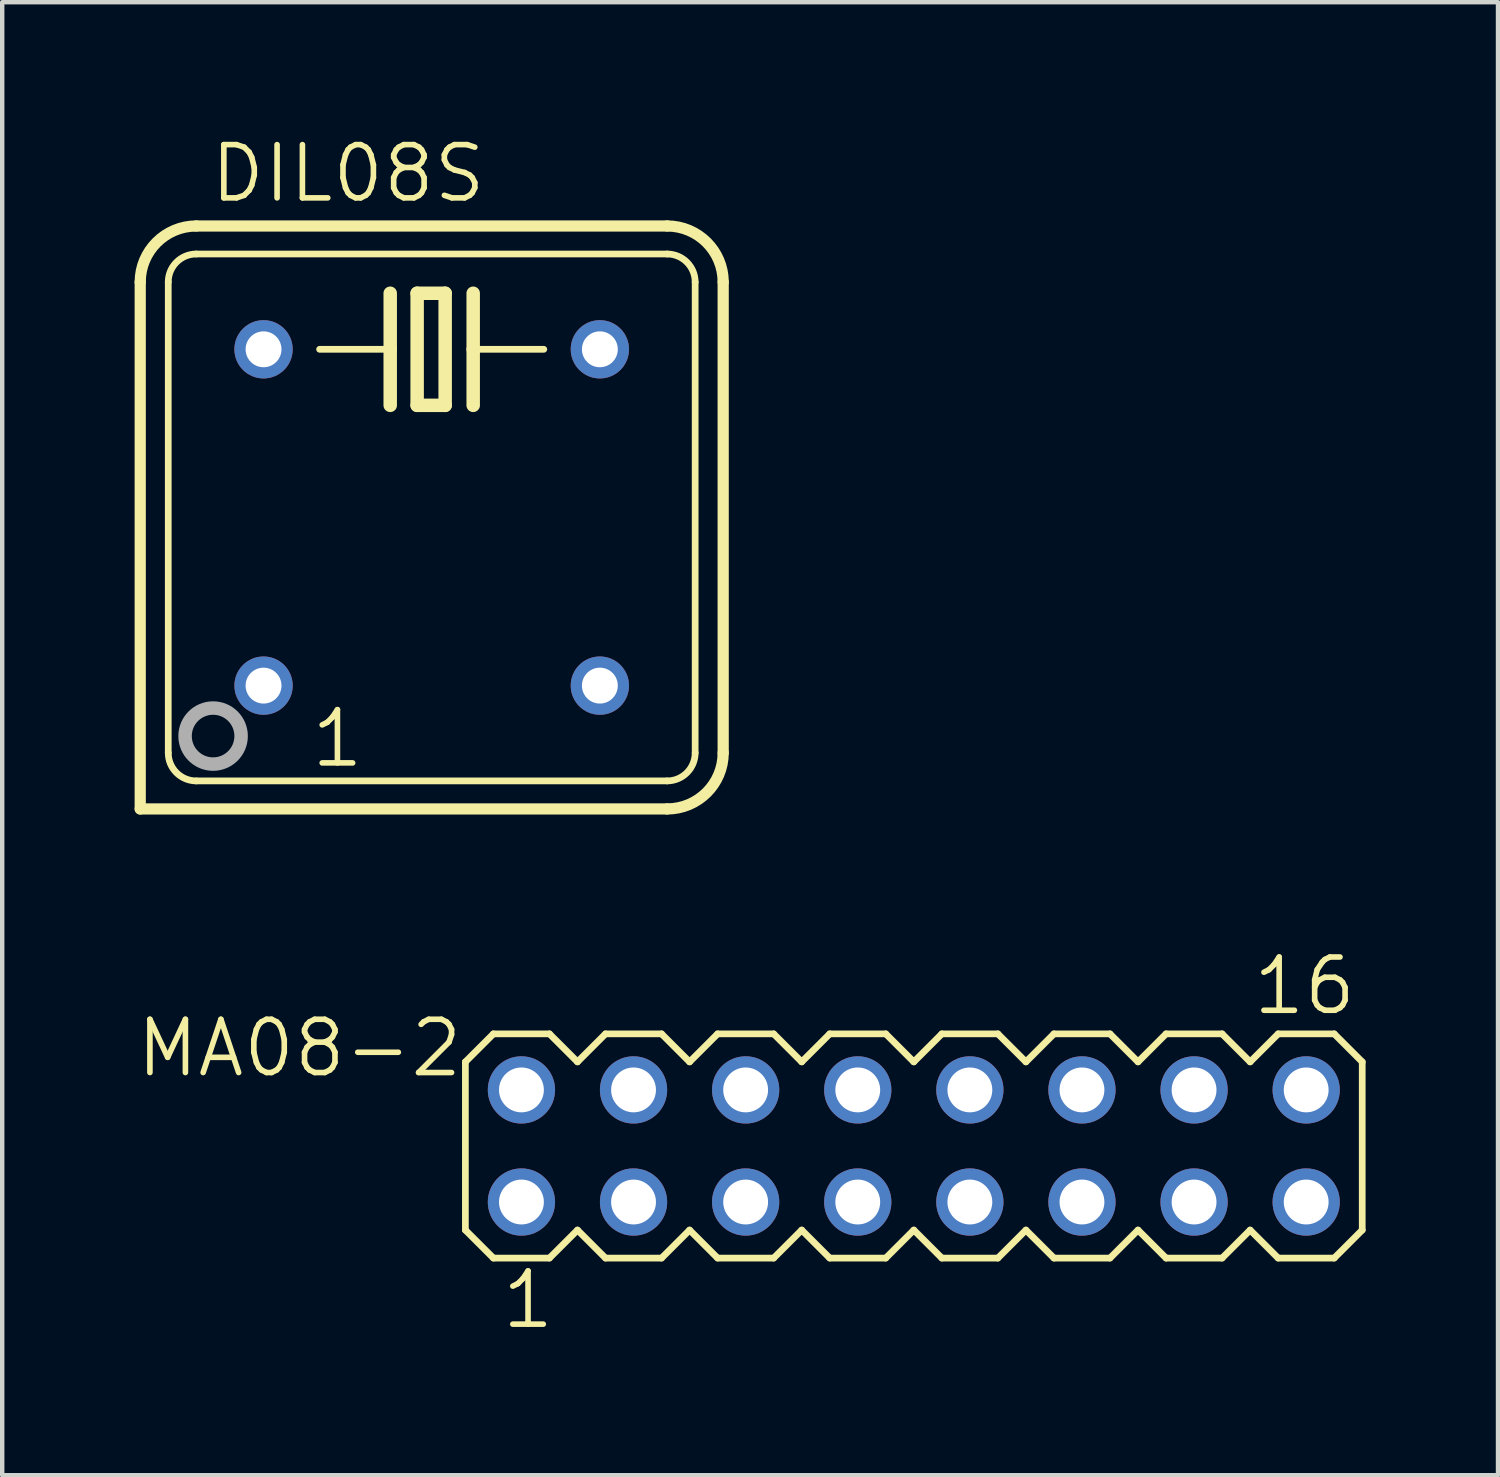
<source format=kicad_pcb>
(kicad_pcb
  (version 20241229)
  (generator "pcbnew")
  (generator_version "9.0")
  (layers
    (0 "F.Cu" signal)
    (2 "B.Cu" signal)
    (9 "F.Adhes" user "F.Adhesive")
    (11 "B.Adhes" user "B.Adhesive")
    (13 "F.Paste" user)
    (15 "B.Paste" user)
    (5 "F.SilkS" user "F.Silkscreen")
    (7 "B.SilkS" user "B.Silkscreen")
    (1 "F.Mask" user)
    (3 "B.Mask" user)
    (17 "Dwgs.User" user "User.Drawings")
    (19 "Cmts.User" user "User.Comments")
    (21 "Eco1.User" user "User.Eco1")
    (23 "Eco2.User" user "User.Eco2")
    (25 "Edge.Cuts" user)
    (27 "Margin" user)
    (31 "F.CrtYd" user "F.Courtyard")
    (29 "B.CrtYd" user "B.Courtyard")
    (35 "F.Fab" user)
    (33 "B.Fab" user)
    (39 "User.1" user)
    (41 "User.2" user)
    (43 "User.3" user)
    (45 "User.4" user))
  (footprint "MA08-2"
    (layer "F.Cu")
    (at 17.654 22.914)
    (property "Reference" "MA08-2" (at -10.16 -2.921 0) (layer "F.SilkS") (effects (font (size 1.206 1.206) (thickness 0.127)) (justify right top)))
    (attr through_hole)
    (fp_line (start -10.16 -1.905) (end -10.16 1.905) (stroke (width 0.152) (type solid)) (layer "F.SilkS"))
    (fp_line (start -10.16 1.905) (end -9.525 2.54) (stroke (width 0.152) (type solid)) (layer "F.SilkS"))
    (fp_line (start -9.525 -2.54) (end -10.16 -1.905) (stroke (width 0.152) (type solid)) (layer "F.SilkS"))
    (fp_line (start -9.525 -2.54) (end -8.255 -2.54) (stroke (width 0.152) (type solid)) (layer "F.SilkS"))
    (fp_line (start -8.255 -2.54) (end -7.62 -1.905) (stroke (width 0.152) (type solid)) (layer "F.SilkS"))
    (fp_line (start -8.255 2.54) (end -9.525 2.54) (stroke (width 0.152) (type solid)) (layer "F.SilkS"))
    (fp_line (start -7.62 -1.905) (end -6.985 -2.54) (stroke (width 0.152) (type solid)) (layer "F.SilkS"))
    (fp_line (start -7.62 1.905) (end -8.255 2.54) (stroke (width 0.152) (type solid)) (layer "F.SilkS"))
    (fp_line (start -6.985 -2.54) (end -5.715 -2.54) (stroke (width 0.152) (type solid)) (layer "F.SilkS"))
    (fp_line (start -6.985 2.54) (end -7.62 1.905) (stroke (width 0.152) (type solid)) (layer "F.SilkS"))
    (fp_line (start -5.715 -2.54) (end -5.08 -1.905) (stroke (width 0.152) (type solid)) (layer "F.SilkS"))
    (fp_line (start -5.715 2.54) (end -6.985 2.54) (stroke (width 0.152) (type solid)) (layer "F.SilkS"))
    (fp_line (start -5.08 -1.905) (end -4.445 -2.54) (stroke (width 0.152) (type solid)) (layer "F.SilkS"))
    (fp_line (start -5.08 1.905) (end -5.715 2.54) (stroke (width 0.152) (type solid)) (layer "F.SilkS"))
    (fp_line (start -4.445 -2.54) (end -3.175 -2.54) (stroke (width 0.152) (type solid)) (layer "F.SilkS"))
    (fp_line (start -4.445 2.54) (end -5.08 1.905) (stroke (width 0.152) (type solid)) (layer "F.SilkS"))
    (fp_line (start -3.175 -2.54) (end -2.54 -1.905) (stroke (width 0.152) (type solid)) (layer "F.SilkS"))
    (fp_line (start -3.175 2.54) (end -4.445 2.54) (stroke (width 0.152) (type solid)) (layer "F.SilkS"))
    (fp_line (start -2.54 1.905) (end -3.175 2.54) (stroke (width 0.152) (type solid)) (layer "F.SilkS"))
    (fp_line (start -2.54 1.905) (end -1.905 2.54) (stroke (width 0.152) (type solid)) (layer "F.SilkS"))
    (fp_line (start -1.905 -2.54) (end -2.54 -1.905) (stroke (width 0.152) (type solid)) (layer "F.SilkS"))
    (fp_line (start -1.905 -2.54) (end -0.635 -2.54) (stroke (width 0.152) (type solid)) (layer "F.SilkS"))
    (fp_line (start -0.635 -2.54) (end 0 -1.905) (stroke (width 0.152) (type solid)) (layer "F.SilkS"))
    (fp_line (start -0.635 2.54) (end -1.905 2.54) (stroke (width 0.152) (type solid)) (layer "F.SilkS"))
    (fp_line (start 0 -1.905) (end 0.635 -2.54) (stroke (width 0.152) (type solid)) (layer "F.SilkS"))
    (fp_line (start 0 1.905) (end -0.635 2.54) (stroke (width 0.152) (type solid)) (layer "F.SilkS"))
    (fp_line (start 0.635 -2.54) (end 1.905 -2.54) (stroke (width 0.152) (type solid)) (layer "F.SilkS"))
    (fp_line (start 0.635 2.54) (end 0 1.905) (stroke (width 0.152) (type solid)) (layer "F.SilkS"))
    (fp_line (start 1.905 -2.54) (end 2.54 -1.905) (stroke (width 0.152) (type solid)) (layer "F.SilkS"))
    (fp_line (start 1.905 2.54) (end 0.635 2.54) (stroke (width 0.152) (type solid)) (layer "F.SilkS"))
    (fp_line (start 2.54 -1.905) (end 3.175 -2.54) (stroke (width 0.152) (type solid)) (layer "F.SilkS"))
    (fp_line (start 2.54 1.905) (end 1.905 2.54) (stroke (width 0.152) (type solid)) (layer "F.SilkS"))
    (fp_line (start 3.175 -2.54) (end 4.445 -2.54) (stroke (width 0.152) (type solid)) (layer "F.SilkS"))
    (fp_line (start 3.175 2.54) (end 2.54 1.905) (stroke (width 0.152) (type solid)) (layer "F.SilkS"))
    (fp_line (start 4.445 -2.54) (end 5.08 -1.905) (stroke (width 0.152) (type solid)) (layer "F.SilkS"))
    (fp_line (start 4.445 2.54) (end 3.175 2.54) (stroke (width 0.152) (type solid)) (layer "F.SilkS"))
    (fp_line (start 5.08 1.905) (end 4.445 2.54) (stroke (width 0.152) (type solid)) (layer "F.SilkS"))
    (fp_line (start 5.08 1.905) (end 5.715 2.54) (stroke (width 0.152) (type solid)) (layer "F.SilkS"))
    (fp_line (start 5.715 -2.54) (end 5.08 -1.905) (stroke (width 0.152) (type solid)) (layer "F.SilkS"))
    (fp_line (start 5.715 -2.54) (end 6.985 -2.54) (stroke (width 0.152) (type solid)) (layer "F.SilkS"))
    (fp_line (start 6.985 -2.54) (end 7.62 -1.905) (stroke (width 0.152) (type solid)) (layer "F.SilkS"))
    (fp_line (start 6.985 2.54) (end 5.715 2.54) (stroke (width 0.152) (type solid)) (layer "F.SilkS"))
    (fp_line (start 7.62 -1.905) (end 8.255 -2.54) (stroke (width 0.152) (type solid)) (layer "F.SilkS"))
    (fp_line (start 7.62 1.905) (end 6.985 2.54) (stroke (width 0.152) (type solid)) (layer "F.SilkS"))
    (fp_line (start 8.255 -2.54) (end 9.525 -2.54) (stroke (width 0.152) (type solid)) (layer "F.SilkS"))
    (fp_line (start 8.255 2.54) (end 7.62 1.905) (stroke (width 0.152) (type solid)) (layer "F.SilkS"))
    (fp_line (start 9.525 -2.54) (end 10.16 -1.905) (stroke (width 0.152) (type solid)) (layer "F.SilkS"))
    (fp_line (start 9.525 2.54) (end 8.255 2.54) (stroke (width 0.152) (type solid)) (layer "F.SilkS"))
    (fp_line (start 10.16 -1.905) (end 10.16 1.905) (stroke (width 0.152) (type solid)) (layer "F.SilkS"))
    (fp_line (start 10.16 1.905) (end 9.525 2.54) (stroke (width 0.152) (type solid)) (layer "F.SilkS"))
    (fp_poly (pts (xy -9.144 -1.016) (xy -8.636 -1.016) (xy -8.636 -1.524) (xy -9.144 -1.524)) (stroke (width 0.1) (type solid)) (fill no) (layer "F.Fab"))
    (fp_poly (pts (xy -9.144 1.524) (xy -8.636 1.524) (xy -8.636 1.016) (xy -9.144 1.016)) (stroke (width 0.1) (type solid)) (fill no) (layer "F.Fab"))
    (fp_poly (pts (xy -6.604 -1.016) (xy -6.096 -1.016) (xy -6.096 -1.524) (xy -6.604 -1.524)) (stroke (width 0.1) (type solid)) (fill no) (layer "F.Fab"))
    (fp_poly (pts (xy -6.604 1.524) (xy -6.096 1.524) (xy -6.096 1.016) (xy -6.604 1.016)) (stroke (width 0.1) (type solid)) (fill no) (layer "F.Fab"))
    (fp_poly (pts (xy -4.064 -1.016) (xy -3.556 -1.016) (xy -3.556 -1.524) (xy -4.064 -1.524)) (stroke (width 0.1) (type solid)) (fill no) (layer "F.Fab"))
    (fp_poly (pts (xy -4.064 1.524) (xy -3.556 1.524) (xy -3.556 1.016) (xy -4.064 1.016)) (stroke (width 0.1) (type solid)) (fill no) (layer "F.Fab"))
    (fp_poly (pts (xy -1.524 -1.016) (xy -1.016 -1.016) (xy -1.016 -1.524) (xy -1.524 -1.524)) (stroke (width 0.1) (type solid)) (fill no) (layer "F.Fab"))
    (fp_poly (pts (xy -1.524 1.524) (xy -1.016 1.524) (xy -1.016 1.016) (xy -1.524 1.016)) (stroke (width 0.1) (type solid)) (fill no) (layer "F.Fab"))
    (fp_poly (pts (xy 1.016 -1.016) (xy 1.524 -1.016) (xy 1.524 -1.524) (xy 1.016 -1.524)) (stroke (width 0.1) (type solid)) (fill no) (layer "F.Fab"))
    (fp_poly (pts (xy 1.016 1.524) (xy 1.524 1.524) (xy 1.524 1.016) (xy 1.016 1.016)) (stroke (width 0.1) (type solid)) (fill no) (layer "F.Fab"))
    (fp_poly (pts (xy 3.556 -1.016) (xy 4.064 -1.016) (xy 4.064 -1.524) (xy 3.556 -1.524)) (stroke (width 0.1) (type solid)) (fill no) (layer "F.Fab"))
    (fp_poly (pts (xy 3.556 1.524) (xy 4.064 1.524) (xy 4.064 1.016) (xy 3.556 1.016)) (stroke (width 0.1) (type solid)) (fill no) (layer "F.Fab"))
    (fp_poly (pts (xy 6.096 -1.016) (xy 6.604 -1.016) (xy 6.604 -1.524) (xy 6.096 -1.524)) (stroke (width 0.1) (type solid)) (fill no) (layer "F.Fab"))
    (fp_poly (pts (xy 6.096 1.524) (xy 6.604 1.524) (xy 6.604 1.016) (xy 6.096 1.016)) (stroke (width 0.1) (type solid)) (fill no) (layer "F.Fab"))
    (fp_poly (pts (xy 8.636 -1.016) (xy 9.144 -1.016) (xy 9.144 -1.524) (xy 8.636 -1.524)) (stroke (width 0.1) (type solid)) (fill no) (layer "F.Fab"))
    (fp_poly (pts (xy 8.636 1.524) (xy 9.144 1.524) (xy 9.144 1.016) (xy 8.636 1.016)) (stroke (width 0.1) (type solid)) (fill no) (layer "F.Fab"))
    (fp_text user "1" (at -9.398 4.191 0) (layer "F.SilkS") (effects (font (size 1.206 1.206) (thickness 0.127)) (justify left bottom)))
    (fp_text user "16" (at 7.62 -2.921 0) (layer "F.SilkS") (effects (font (size 1.206 1.206) (thickness 0.127)) (justify left bottom)))
    (pad "1" thru_hole circle (at -8.89 1.27) (size 1.524 1.524) (drill 1.016) (layers "*.Cu" "*.Mask"))
    (pad "2" thru_hole circle (at -8.89 -1.27) (size 1.524 1.524) (drill 1.016) (layers "*.Cu" "*.Mask"))
    (pad "3" thru_hole circle (at -6.35 1.27) (size 1.524 1.524) (drill 1.016) (layers "*.Cu" "*.Mask"))
    (pad "4" thru_hole circle (at -6.35 -1.27) (size 1.524 1.524) (drill 1.016) (layers "*.Cu" "*.Mask"))
    (pad "5" thru_hole circle (at -3.81 1.27) (size 1.524 1.524) (drill 1.016) (layers "*.Cu" "*.Mask"))
    (pad "6" thru_hole circle (at -3.81 -1.27) (size 1.524 1.524) (drill 1.016) (layers "*.Cu" "*.Mask"))
    (pad "7" thru_hole circle (at -1.27 1.27) (size 1.524 1.524) (drill 1.016) (layers "*.Cu" "*.Mask"))
    (pad "8" thru_hole circle (at -1.27 -1.27) (size 1.524 1.524) (drill 1.016) (layers "*.Cu" "*.Mask"))
    (pad "9" thru_hole circle (at 1.27 1.27) (size 1.524 1.524) (drill 1.016) (layers "*.Cu" "*.Mask"))
    (pad "10" thru_hole circle (at 1.27 -1.27) (size 1.524 1.524) (drill 1.016) (layers "*.Cu" "*.Mask"))
    (pad "11" thru_hole circle (at 3.81 1.27) (size 1.524 1.524) (drill 1.016) (layers "*.Cu" "*.Mask"))
    (pad "12" thru_hole circle (at 3.81 -1.27) (size 1.524 1.524) (drill 1.016) (layers "*.Cu" "*.Mask"))
    (pad "13" thru_hole circle (at 6.35 1.27) (size 1.524 1.524) (drill 1.016) (layers "*.Cu" "*.Mask"))
    (pad "14" thru_hole circle (at 6.35 -1.27) (size 1.524 1.524) (drill 1.016) (layers "*.Cu" "*.Mask"))
    (pad "15" thru_hole circle (at 8.89 1.27) (size 1.524 1.524) (drill 1.016) (layers "*.Cu" "*.Mask"))
    (pad "16" thru_hole circle (at 8.89 -1.27) (size 1.524 1.524) (drill 1.016) (layers "*.Cu" "*.Mask")))
  (footprint "DIL08S"
    (layer "F.Cu")
    (at 6.731 8.674)
    (property "Reference" "DIL08S" (at -5.08 -7.087 0) (layer "F.SilkS") (effects (font (size 1.206 1.206) (thickness 0.127)) (justify left bottom)))
    (attr through_hole)
    (fp_line (start -6.604 6.604) (end -6.604 -5.334) (stroke (width 0.254) (type solid)) (layer "F.SilkS"))
    (fp_line (start -6.604 6.604) (end 5.334 6.604) (stroke (width 0.254) (type solid)) (layer "F.SilkS"))
    (fp_line (start -5.969 -5.334) (end -5.969 5.334) (stroke (width 0.152) (type solid)) (layer "F.SilkS"))
    (fp_line (start -5.334 5.969) (end 5.334 5.969) (stroke (width 0.152) (type solid)) (layer "F.SilkS"))
    (fp_line (start -0.94 -5.08) (end -0.94 -3.81) (stroke (width 0.305) (type solid)) (layer "F.SilkS"))
    (fp_line (start -0.94 -3.81) (end -2.54 -3.81) (stroke (width 0.152) (type solid)) (layer "F.SilkS"))
    (fp_line (start -0.94 -3.81) (end -0.94 -2.54) (stroke (width 0.305) (type solid)) (layer "F.SilkS"))
    (fp_line (start -0.33 -5.08) (end -0.33 -2.54) (stroke (width 0.305) (type solid)) (layer "F.SilkS"))
    (fp_line (start -0.33 -2.54) (end 0.305 -2.54) (stroke (width 0.305) (type solid)) (layer "F.SilkS"))
    (fp_line (start 0.305 -5.08) (end -0.33 -5.08) (stroke (width 0.305) (type solid)) (layer "F.SilkS"))
    (fp_line (start 0.305 -2.54) (end 0.305 -5.08) (stroke (width 0.305) (type solid)) (layer "F.SilkS"))
    (fp_line (start 0.94 -5.08) (end 0.94 -3.81) (stroke (width 0.305) (type solid)) (layer "F.SilkS"))
    (fp_line (start 0.94 -3.81) (end 0.94 -2.54) (stroke (width 0.305) (type solid)) (layer "F.SilkS"))
    (fp_line (start 0.94 -3.81) (end 2.54 -3.81) (stroke (width 0.152) (type solid)) (layer "F.SilkS"))
    (fp_line (start 5.334 -6.604) (end -5.334 -6.604) (stroke (width 0.254) (type solid)) (layer "F.SilkS"))
    (fp_line (start 5.334 -5.969) (end -5.334 -5.969) (stroke (width 0.152) (type solid)) (layer "F.SilkS"))
    (fp_line (start 5.969 5.334) (end 5.969 -5.334) (stroke (width 0.152) (type solid)) (layer "F.SilkS"))
    (fp_line (start 6.604 5.334) (end 6.604 -5.334) (stroke (width 0.254) (type solid)) (layer "F.SilkS"))
    (fp_arc (start -6.604 -5.334) (mid -6.232026 -6.232026) (end -5.334 -6.604) (stroke (width 0.254) (type solid)) (layer "F.SilkS"))
    (fp_arc (start -5.969 -5.334) (mid -5.783013 -5.783013) (end -5.334 -5.969) (stroke (width 0.1524) (type solid)) (layer "F.SilkS"))
    (fp_arc (start -5.334 5.969) (mid -5.783013 5.783013) (end -5.969 5.334) (stroke (width 0.1524) (type solid)) (layer "F.SilkS"))
    (fp_arc (start 5.334 -6.604) (mid 6.232026 -6.232026) (end 6.604 -5.334) (stroke (width 0.254) (type solid)) (layer "F.SilkS"))
    (fp_arc (start 5.334 -5.969) (mid 5.783013 -5.783013) (end 5.969 -5.334) (stroke (width 0.1524) (type solid)) (layer "F.SilkS"))
    (fp_arc (start 5.969 5.334) (mid 5.783013 5.783013) (end 5.334 5.969) (stroke (width 0.1524) (type solid)) (layer "F.SilkS"))
    (fp_arc (start 6.604 5.334) (mid 6.232026 6.232026) (end 5.334 6.604) (stroke (width 0.254) (type solid)) (layer "F.SilkS"))
    (fp_circle (center -4.953 4.953) (end -4.318 4.953) (stroke (width 0.305) (type solid)) (fill no) (layer "F.Fab"))
    (fp_text user "1" (at -2.794 5.715 0) (layer "F.SilkS") (effects (font (size 1.206 1.206) (thickness 0.127)) (justify left bottom)))
    (pad "1" thru_hole circle (at -3.81 3.81) (size 1.321 1.321) (drill 0.813) (layers "*.Cu" "*.Mask"))
    (pad "4" thru_hole circle (at 3.81 3.81) (size 1.321 1.321) (drill 0.813) (layers "*.Cu" "*.Mask"))
    (pad "5" thru_hole circle (at 3.81 -3.81) (size 1.321 1.321) (drill 0.813) (layers "*.Cu" "*.Mask"))
    (pad "8" thru_hole circle (at -3.81 -3.81) (size 1.321 1.321) (drill 0.813) (layers "*.Cu" "*.Mask")))
  (gr_rect
    (start -3 -3)
    (end 30.89 30.374)
    (stroke (width 0.1) (type default))
    (fill no)
    (layer "Edge.Cuts")))
</source>
